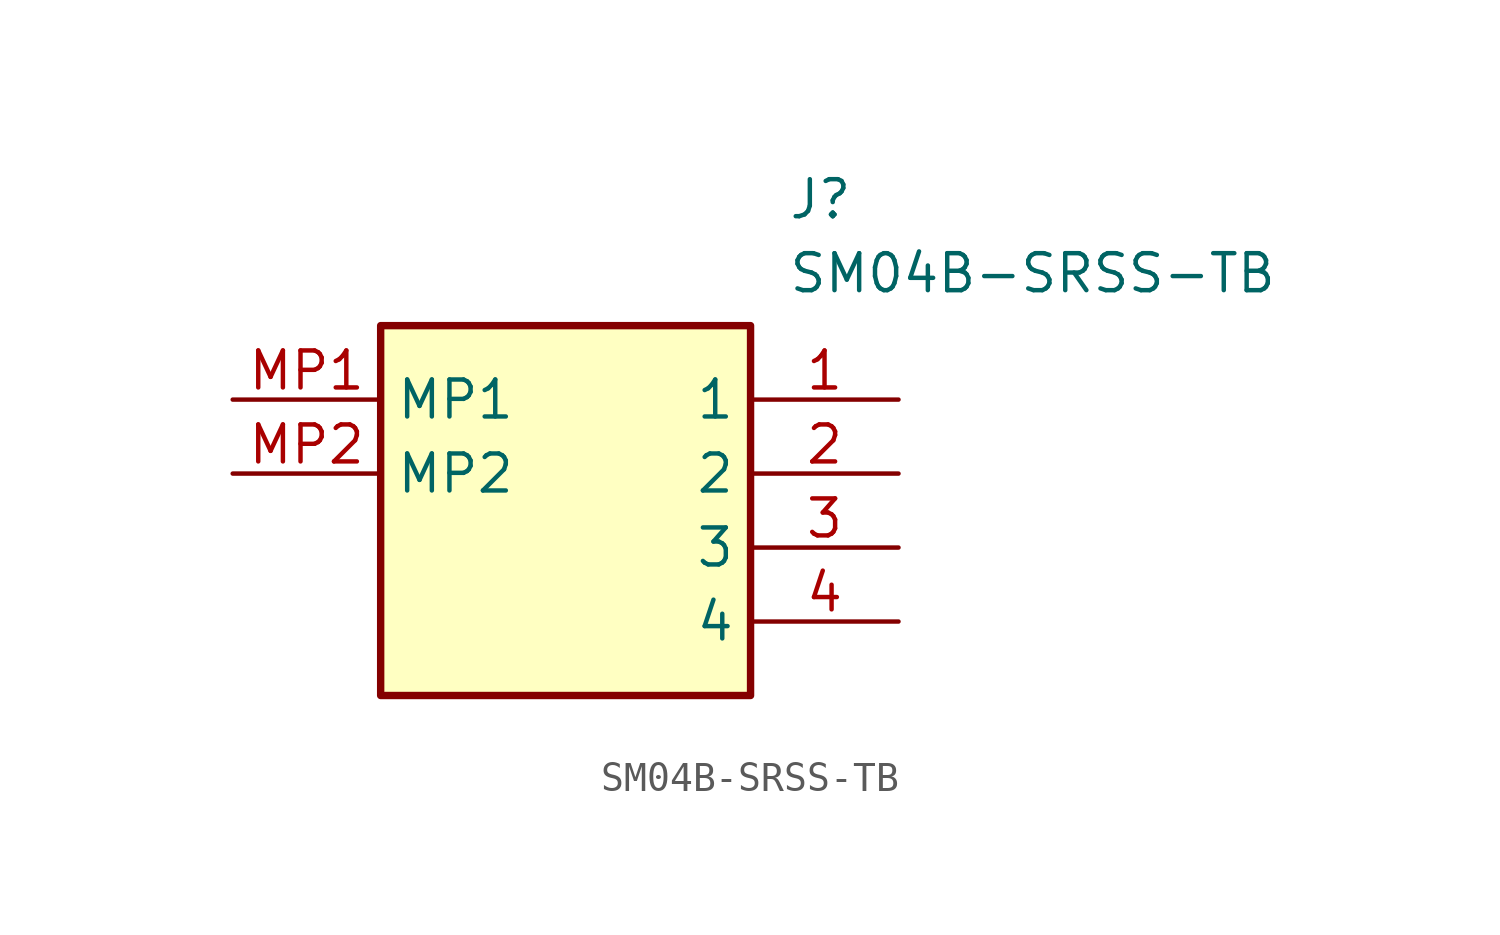
<source format=kicad_sym>
(kicad_symbol_lib
  (version 20241209)
  (generator "kicad_symbol_editor")
  (generator_version "9.0")
  (symbol "SM04B-SRSS-TB"
    (property "Reference" "J"
      (at 19.05 7.62 0)
      (effects (font (size 1.27 1.27)) (justify left top)))
    (property "Value" "SM04B-SRSS-TB"
      (at 19.05 5.08 0)
      (effects (font (size 1.27 1.27)) (justify left top)))
    (symbol "SM04B-SRSS-TB_1_1"
      (rectangle (start 5.08 2.54) (end 17.78 -10.16) (stroke (width 0.254) (type default)) (fill (type background)))
      (pin passive line (at 0 0 0) (length 5.08) (name "MP1" (effects (font (size 1.27 1.27)))) (number "MP1" (effects (font (size 1.27 1.27)))))
      (pin passive line (at 0 -2.54 0) (length 5.08) (name "MP2" (effects (font (size 1.27 1.27)))) (number "MP2" (effects (font (size 1.27 1.27)))))
      (pin passive line (at 22.86 0 180) (length 5.08) (name "1" (effects (font (size 1.27 1.27)))) (number "1" (effects (font (size 1.27 1.27)))))
      (pin passive line (at 22.86 -2.54 180) (length 5.08) (name "2" (effects (font (size 1.27 1.27)))) (number "2" (effects (font (size 1.27 1.27)))))
      (pin passive line (at 22.86 -5.08 180) (length 5.08) (name "3" (effects (font (size 1.27 1.27)))) (number "3" (effects (font (size 1.27 1.27)))))
      (pin passive line (at 22.86 -7.62 180) (length 5.08) (name "4" (effects (font (size 1.27 1.27)))) (number "4" (effects (font (size 1.27 1.27))))))))
</source>
